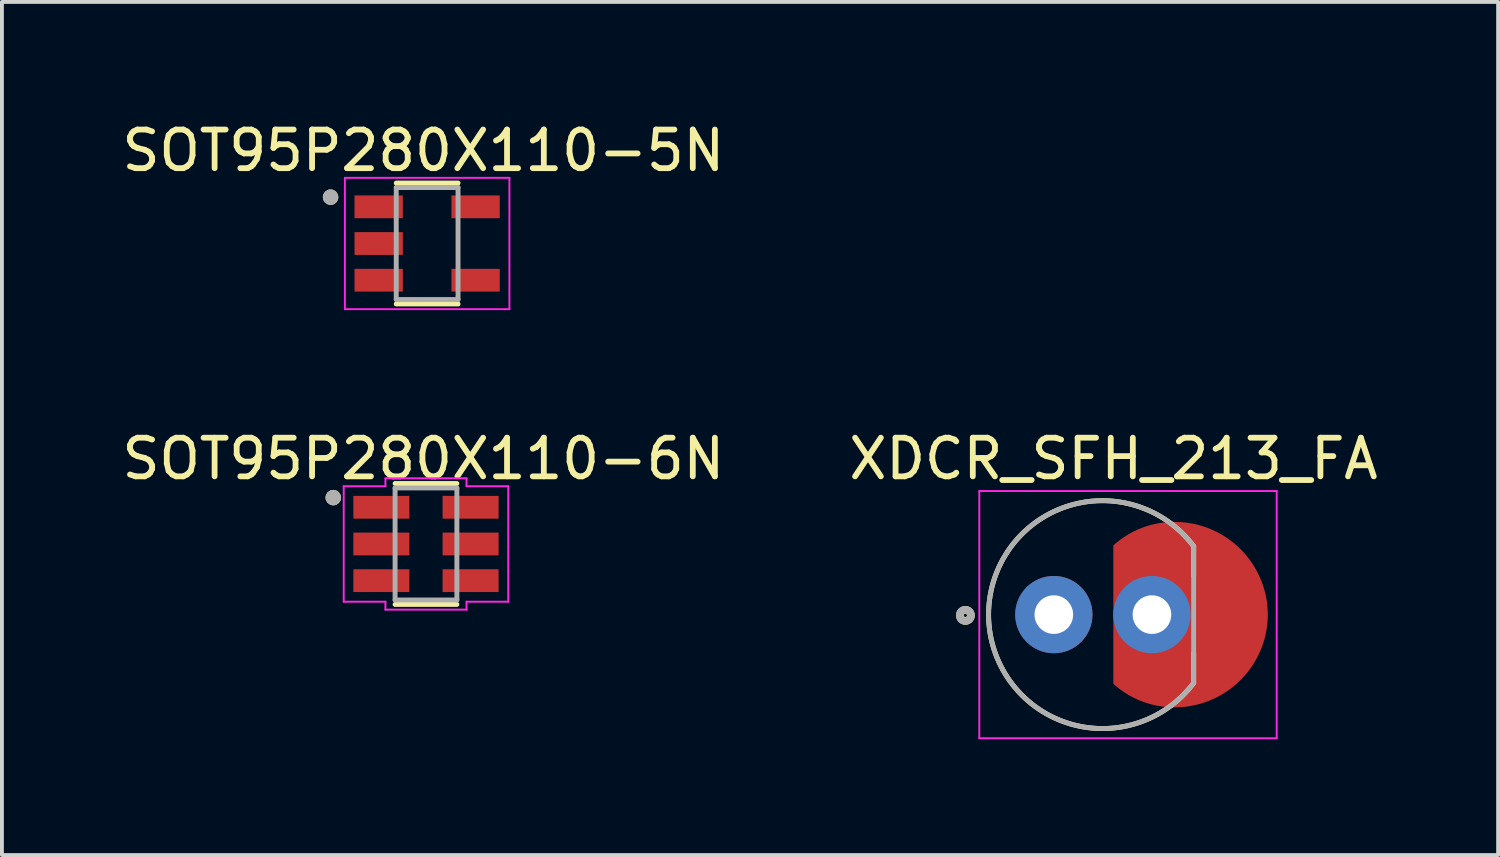
<source format=kicad_pcb>
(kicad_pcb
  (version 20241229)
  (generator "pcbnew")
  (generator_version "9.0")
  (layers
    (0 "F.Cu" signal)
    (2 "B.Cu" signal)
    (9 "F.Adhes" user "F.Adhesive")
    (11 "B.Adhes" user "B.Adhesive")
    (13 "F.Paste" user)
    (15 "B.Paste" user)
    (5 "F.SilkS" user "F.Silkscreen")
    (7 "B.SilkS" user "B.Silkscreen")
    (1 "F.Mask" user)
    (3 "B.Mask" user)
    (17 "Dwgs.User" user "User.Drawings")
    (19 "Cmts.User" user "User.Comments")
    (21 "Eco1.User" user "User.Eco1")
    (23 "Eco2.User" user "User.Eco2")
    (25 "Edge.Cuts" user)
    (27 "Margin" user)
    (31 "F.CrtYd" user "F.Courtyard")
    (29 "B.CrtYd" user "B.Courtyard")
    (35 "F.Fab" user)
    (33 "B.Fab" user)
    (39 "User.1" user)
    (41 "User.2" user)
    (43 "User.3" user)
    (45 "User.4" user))
  (footprint "XDCR_SFH_213_FA"
    (layer "F.Cu")
    (at 25.505 12.863)
    (property "Reference" "XDCR_SFH_213_FA" (at 0.275 -4.035 0) (layer "F.SilkS") (effects (font (size 1 1) (thickness 0.15))))
    (attr through_hole)
    (fp_poly (pts (xy 0.27 -0.06) (xy 0.27 -1.79) (xy 0.325 -1.839) (xy 0.37 -1.876) (xy 0.416 -1.912) (xy 0.462 -1.948) (xy 0.51 -1.982) (xy 0.558 -2.014) (xy 0.608 -2.046) (xy 0.657 -2.076) (xy 0.708 -2.105) (xy 0.76 -2.133) (xy 0.812 -2.16) (xy 0.864 -2.185) (xy 0.918 -2.209) (xy 0.972 -2.231) (xy 1.026 -2.252) (xy 1.081 -2.272) (xy 1.137 -2.29) (xy 1.193 -2.307) (xy 1.249 -2.323) (xy 1.306 -2.337) (xy 1.363 -2.35) (xy 1.42 -2.361) (xy 1.478 -2.371) (xy 1.535 -2.38) (xy 1.593 -2.387) (xy 1.652 -2.392) (xy 1.71 -2.396) (xy 1.768 -2.399) (xy 1.827 -2.4) (xy 1.87 -2.4) (xy 1.895 -2.4) (xy 2.028 -2.394) (xy 2.152 -2.383) (xy 2.275 -2.364) (xy 2.398 -2.34) (xy 2.519 -2.309) (xy 2.638 -2.272) (xy 2.755 -2.229) (xy 2.869 -2.179) (xy 2.981 -2.124) (xy 3.09 -2.063) (xy 3.195 -1.997) (xy 3.297 -1.925) (xy 3.396 -1.848) (xy 3.49 -1.766) (xy 3.579 -1.68) (xy 3.664 -1.589) (xy 3.745 -1.493) (xy 3.82 -1.394) (xy 3.89 -1.29) (xy 3.954 -1.184) (xy 4.013 -1.074) (xy 4.066 -0.961) (xy 4.114 -0.846) (xy 4.155 -0.728) (xy 4.19 -0.608) (xy 4.219 -0.487) (xy 4.241 -0.364) (xy 4.257 -0.241) (xy 4.267 -0.116) (xy 4.27 0) (xy 4.267 0.116) (xy 4.257 0.241) (xy 4.241 0.364) (xy 4.219 0.487) (xy 4.19 0.608) (xy 4.155 0.728) (xy 4.114 0.846) (xy 4.066 0.961) (xy 4.013 1.074) (xy 3.954 1.184) (xy 3.89 1.29) (xy 3.82 1.394) (xy 3.745 1.493) (xy 3.664 1.589) (xy 3.579 1.68) (xy 3.49 1.766) (xy 3.396 1.848) (xy 3.297 1.925) (xy 3.195 1.997) (xy 3.09 2.063) (xy 2.981 2.124) (xy 2.869 2.179) (xy 2.755 2.229) (xy 2.638 2.272) (xy 2.519 2.309) (xy 2.398 2.34) (xy 2.275 2.364) (xy 2.152 2.383) (xy 2.028 2.394) (xy 1.895 2.4) (xy 1.795 2.4) (xy 1.87 2.4) (xy 1.827 2.4) (xy 1.768 2.399) (xy 1.71 2.396) (xy 1.652 2.392) (xy 1.593 2.387) (xy 1.535 2.38) (xy 1.478 2.371) (xy 1.42 2.361) (xy 1.363 2.35) (xy 1.306 2.337) (xy 1.249 2.323) (xy 1.193 2.307) (xy 1.137 2.29) (xy 1.081 2.272) (xy 1.026 2.252) (xy 0.972 2.231) (xy 0.918 2.209) (xy 0.864 2.185) (xy 0.812 2.16) (xy 0.76 2.133) (xy 0.708 2.105) (xy 0.657 2.076) (xy 0.608 2.046) (xy 0.558 2.014) (xy 0.51 1.982) (xy 0.462 1.948) (xy 0.416 1.912) (xy 0.37 1.876) (xy 0.325 1.839) (xy 0.27 1.79) (xy 0.27 -0.06)) (stroke (width 0.001) (type solid)) (fill yes) (layer "F.Cu"))
    (fp_circle (center -1.27 0) (end -0.77 0) (stroke (width 1) (type solid)) (fill no) (layer "F.Mask"))
    (fp_circle (center 1.27 0) (end 1.77 0) (stroke (width 1) (type solid)) (fill no) (layer "F.Mask"))
    (fp_circle (center -1.27 0) (end -0.77 0) (stroke (width 1) (type solid)) (fill no) (layer "B.Mask"))
    (fp_circle (center 1.27 0) (end 1.77 0) (stroke (width 1) (type solid)) (fill no) (layer "B.Mask"))
    (fp_line (start 2.35 -1.77) (end 2.35 -1) (stroke (width 0.127) (type solid)) (layer "F.SilkS"))
    (fp_line (start 2.35 1) (end 2.35 1.77) (stroke (width 0.127) (type solid)) (layer "F.SilkS"))
    (fp_arc (start 2.35 1.77) (mid -2.959984 0) (end 2.35 -1.77) (stroke (width 0.127) (type solid)) (layer "F.SilkS"))
    (fp_circle (center -3.56 0.02) (end -3.417 0.02) (stroke (width 0.2) (type solid)) (fill no) (layer "F.SilkS"))
    (fp_line (start -3.2 -3.2) (end 4.5 -3.2) (stroke (width 0.05) (type solid)) (layer "F.CrtYd"))
    (fp_line (start -3.2 3.2) (end -3.2 -3.2) (stroke (width 0.05) (type solid)) (layer "F.CrtYd"))
    (fp_line (start 4.5 -3.2) (end 4.5 3.2) (stroke (width 0.05) (type solid)) (layer "F.CrtYd"))
    (fp_line (start 4.5 3.2) (end -3.2 3.2) (stroke (width 0.05) (type solid)) (layer "F.CrtYd"))
    (fp_line (start 2.35 -1.77) (end 2.35 1.77) (stroke (width 0.127) (type solid)) (layer "F.Fab"))
    (fp_arc (start 2.35 1.77) (mid -2.959984 0) (end 2.35 -1.77) (stroke (width 0.127) (type solid)) (layer "F.Fab"))
    (fp_circle (center -3.56 0.02) (end -3.417 0.02) (stroke (width 0.2) (type solid)) (fill no) (layer "F.Fab"))
    (pad "1" thru_hole circle (at -1.27 0) (size 2 2) (drill 1) (layers "*.Cu"))
    (pad "2" thru_hole circle (at 1.27 0) (size 2 2) (drill 1) (layers "*.Cu")))
  (footprint "SOT95P280X110-5N"
    (layer "F.Cu")
    (at 8.009 3.255)
    (property "Reference" "SOT95P280X110-5N" (at -0.098 -2.406 0) (layer "F.SilkS") (effects (font (size 1 1) (thickness 0.15))))
    (attr through_hole)
    (fp_line (start -0.8 -1.565) (end 0.8 -1.565) (stroke (width 0.127) (type solid)) (layer "F.SilkS"))
    (fp_line (start -0.8 1.565) (end 0.8 1.565) (stroke (width 0.127) (type solid)) (layer "F.SilkS"))
    (fp_circle (center -2.5 -1.2) (end -2.4 -1.2) (stroke (width 0.2) (type solid)) (fill no) (layer "F.SilkS"))
    (fp_line (start -2.13 -1.7) (end 2.13 -1.7) (stroke (width 0.05) (type solid)) (layer "F.CrtYd"))
    (fp_line (start -2.13 1.7) (end -2.13 -1.7) (stroke (width 0.05) (type solid)) (layer "F.CrtYd"))
    (fp_line (start 2.13 -1.7) (end 2.13 1.7) (stroke (width 0.05) (type solid)) (layer "F.CrtYd"))
    (fp_line (start 2.13 1.7) (end -2.13 1.7) (stroke (width 0.05) (type solid)) (layer "F.CrtYd"))
    (fp_line (start -0.8 -1.45) (end 0.8 -1.45) (stroke (width 0.127) (type solid)) (layer "F.Fab"))
    (fp_line (start -0.8 1.45) (end -0.8 -1.45) (stroke (width 0.127) (type solid)) (layer "F.Fab"))
    (fp_line (start 0.8 -1.45) (end 0.8 1.45) (stroke (width 0.127) (type solid)) (layer "F.Fab"))
    (fp_line (start 0.8 1.45) (end -0.8 1.45) (stroke (width 0.127) (type solid)) (layer "F.Fab"))
    (fp_circle (center -2.5 -1.2) (end -2.4 -1.2) (stroke (width 0.2) (type solid)) (fill no) (layer "F.Fab"))
    (pad "1" smd rect (at -1.255 -0.95) (size 1.25 0.59) (layers "F.Cu" "F.Mask" "F.Paste"))
    (pad "2" smd rect (at -1.255 0) (size 1.25 0.59) (layers "F.Cu" "F.Mask" "F.Paste"))
    (pad "3" smd rect (at -1.255 0.95) (size 1.25 0.59) (layers "F.Cu" "F.Mask" "F.Paste"))
    (pad "4" smd rect (at 1.255 0.95) (size 1.25 0.59) (layers "F.Cu" "F.Mask" "F.Paste"))
    (pad "5" smd rect (at 1.255 -0.95) (size 1.25 0.59) (layers "F.Cu" "F.Mask" "F.Paste")))
  (footprint "SOT95P280X110-6N"
    (layer "F.Cu")
    (at 7.979 11.034)
    (property "Reference" "SOT95P280X110-6N" (at -0.068 -2.206 0) (layer "F.SilkS") (effects (font (size 1 1) (thickness 0.15))))
    (attr through_hole)
    (fp_line (start -0.8 -1.565) (end 0.8 -1.565) (stroke (width 0.127) (type solid)) (layer "F.SilkS"))
    (fp_line (start -0.8 1.565) (end 0.8 1.565) (stroke (width 0.127) (type solid)) (layer "F.SilkS"))
    (fp_circle (center -2.4 -1.2) (end -2.3 -1.2) (stroke (width 0.2) (type solid)) (fill no) (layer "F.SilkS"))
    (fp_line (start -2.13 -1.495) (end -2.13 1.495) (stroke (width 0.05) (type solid)) (layer "F.CrtYd"))
    (fp_line (start -2.13 1.495) (end -1.05 1.495) (stroke (width 0.05) (type solid)) (layer "F.CrtYd"))
    (fp_line (start -1.05 -1.7) (end -1.05 -1.495) (stroke (width 0.05) (type solid)) (layer "F.CrtYd"))
    (fp_line (start -1.05 -1.495) (end -2.13 -1.495) (stroke (width 0.05) (type solid)) (layer "F.CrtYd"))
    (fp_line (start -1.05 1.495) (end -1.05 1.7) (stroke (width 0.05) (type solid)) (layer "F.CrtYd"))
    (fp_line (start -1.05 1.7) (end 1.05 1.7) (stroke (width 0.05) (type solid)) (layer "F.CrtYd"))
    (fp_line (start 1.05 -1.7) (end -1.05 -1.7) (stroke (width 0.05) (type solid)) (layer "F.CrtYd"))
    (fp_line (start 1.05 -1.495) (end 1.05 -1.7) (stroke (width 0.05) (type solid)) (layer "F.CrtYd"))
    (fp_line (start 1.05 1.495) (end 2.13 1.495) (stroke (width 0.05) (type solid)) (layer "F.CrtYd"))
    (fp_line (start 1.05 1.7) (end 1.05 1.495) (stroke (width 0.05) (type solid)) (layer "F.CrtYd"))
    (fp_line (start 2.13 -1.495) (end 1.05 -1.495) (stroke (width 0.05) (type solid)) (layer "F.CrtYd"))
    (fp_line (start 2.13 1.495) (end 2.13 -1.495) (stroke (width 0.05) (type solid)) (layer "F.CrtYd"))
    (fp_line (start -0.8 -1.45) (end -0.8 1.45) (stroke (width 0.127) (type solid)) (layer "F.Fab"))
    (fp_line (start -0.8 1.45) (end 0.8 1.45) (stroke (width 0.127) (type solid)) (layer "F.Fab"))
    (fp_line (start 0.8 -1.45) (end -0.8 -1.45) (stroke (width 0.127) (type solid)) (layer "F.Fab"))
    (fp_line (start 0.8 1.45) (end 0.8 -1.45) (stroke (width 0.127) (type solid)) (layer "F.Fab"))
    (fp_circle (center -2.4 -1.2) (end -2.3 -1.2) (stroke (width 0.2) (type solid)) (fill no) (layer "F.Fab"))
    (pad "1" smd rect (at -1.155 -0.95) (size 1.45 0.59) (layers "F.Cu" "F.Mask" "F.Paste"))
    (pad "2" smd rect (at -1.155 0) (size 1.45 0.59) (layers "F.Cu" "F.Mask" "F.Paste"))
    (pad "3" smd rect (at -1.155 0.95) (size 1.45 0.59) (layers "F.Cu" "F.Mask" "F.Paste"))
    (pad "4" smd rect (at 1.155 0.95) (size 1.45 0.59) (layers "F.Cu" "F.Mask" "F.Paste"))
    (pad "5" smd rect (at 1.155 0) (size 1.45 0.59) (layers "F.Cu" "F.Mask" "F.Paste"))
    (pad "6" smd rect (at 1.155 -0.95) (size 1.45 0.59) (layers "F.Cu" "F.Mask" "F.Paste")))
  (gr_rect
    (start -3 -3)
    (end 35.738 19.088)
    (stroke (width 0.1) (type default))
    (fill no)
    (layer "Edge.Cuts")))
</source>
